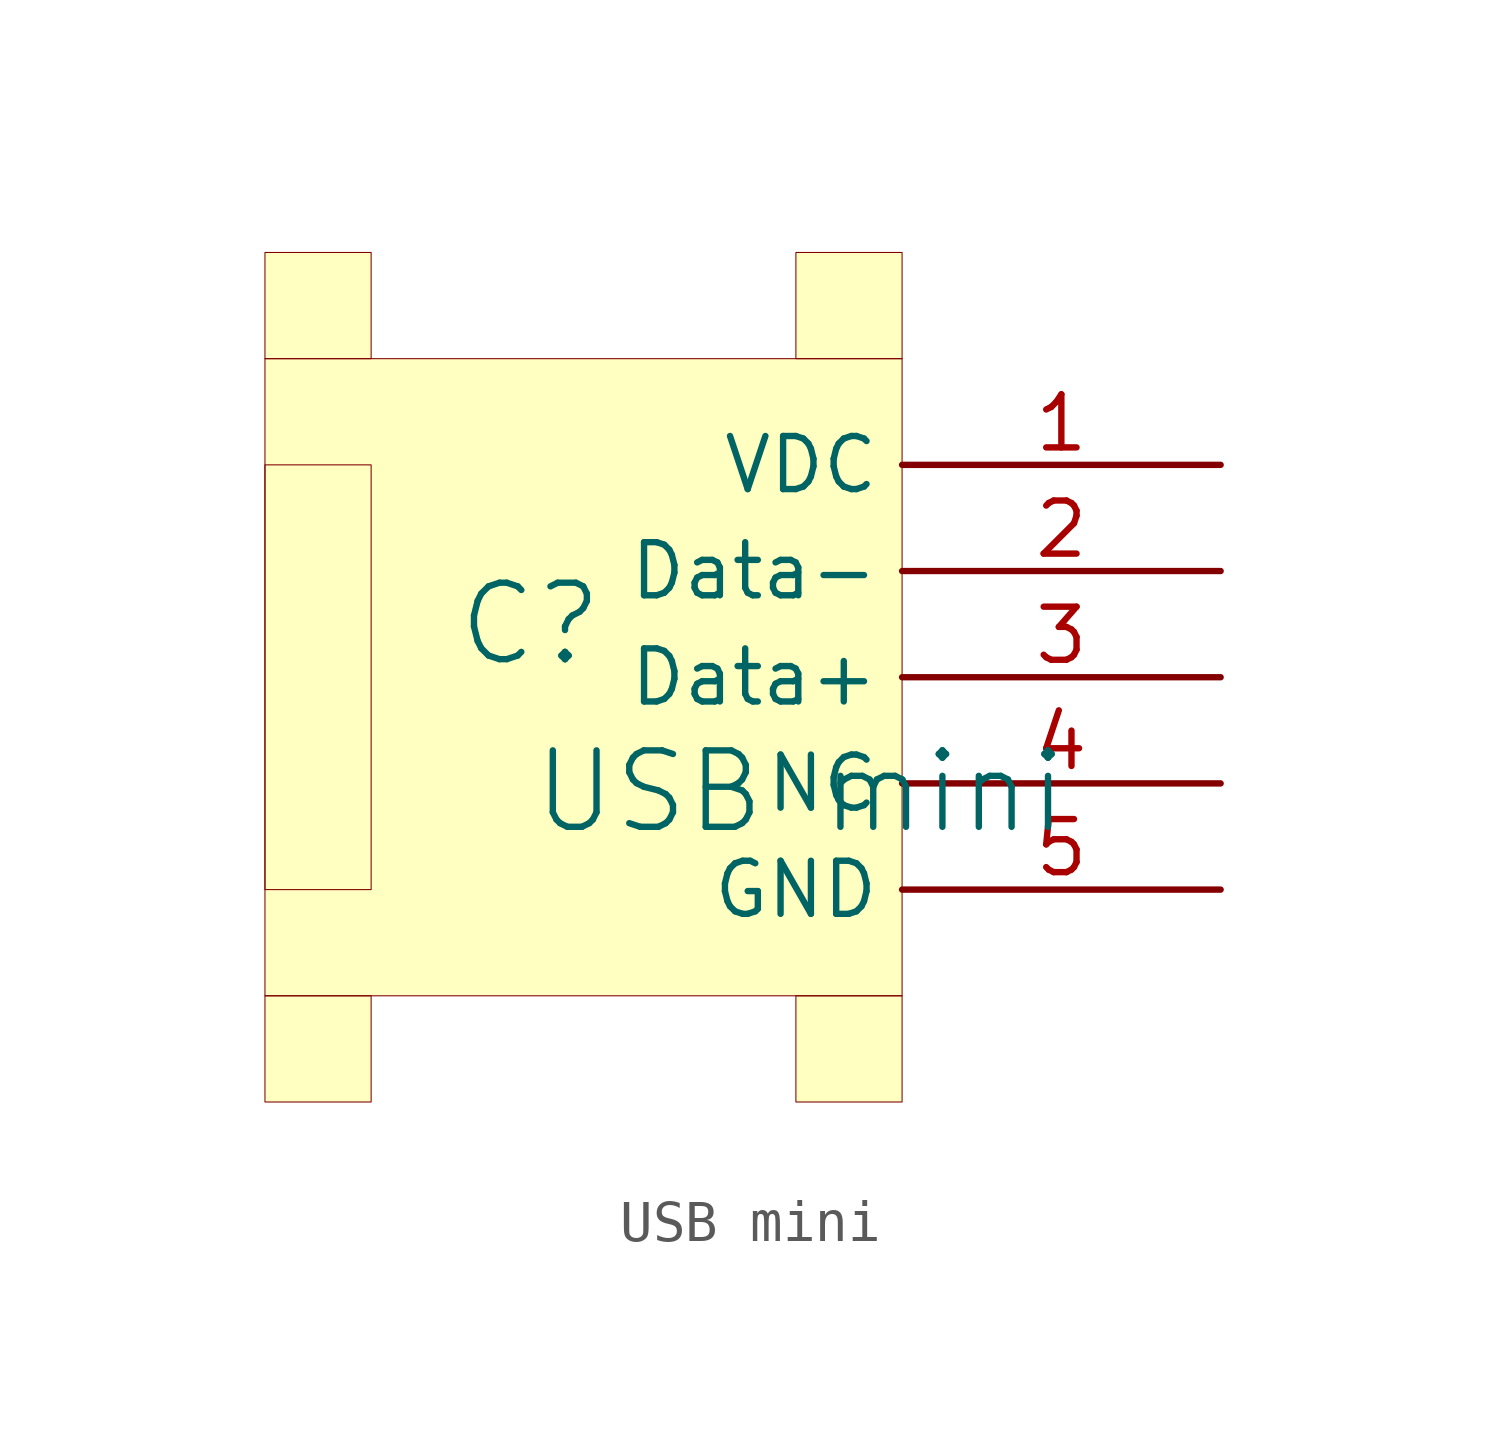
<source format=kicad_sym>
(kicad_symbol_lib
  (version 20241209)
  (generator "kicad_symbol_editor")
  (generator_version "9.0")
  (symbol "USB mini"
    (property "Reference" "C"
      (at -1.27 1.27 0)
      (effects (font (size 1.829 1.829))))
    (property "Value" "USB mini"
      (at -1.27 -3.81 0)
      (effects (font (size 1.829 1.829)) (justify left bottom)))
    (symbol "USB mini_1_0"
      (rectangle (start -5.08 10.16) (end -7.62 7.62) (stroke (width 0.025) (type solid) (color 128 0 0 1)) (fill (type background)))
      (rectangle (start -5.08 5.08) (end -7.62 -5.08) (stroke (width 0.025) (type solid) (color 128 0 0 1)) (fill (type background)))
      (rectangle (start -5.08 -7.62) (end -7.62 -10.16) (stroke (width 0.025) (type solid) (color 128 0 0 1)) (fill (type background)))
      (rectangle (start 7.62 10.16) (end 5.08 7.62) (stroke (width 0.025) (type solid) (color 128 0 0 1)) (fill (type background)))
      (rectangle (start 7.62 7.62) (end -7.62 -7.62) (stroke (width 0.025) (type solid) (color 128 0 0 1)) (fill (type background)))
      (rectangle (start 7.62 -7.62) (end 5.08 -10.16) (stroke (width 0.025) (type solid) (color 128 0 0 1)) (fill (type background)))
      (pin passive line (at 15.24 5.08 180) (length 7.62) (name "VDC" (effects (font (size 1.27 1.27)))) (number "1" (effects (font (size 1.27 1.27)))))
      (pin passive line (at 15.24 2.54 180) (length 7.62) (name "Data-" (effects (font (size 1.27 1.27)))) (number "2" (effects (font (size 1.27 1.27)))))
      (pin passive line (at 15.24 0 180) (length 7.62) (name "Data+" (effects (font (size 1.27 1.27)))) (number "3" (effects (font (size 1.27 1.27)))))
      (pin passive line (at 15.24 -2.54 180) (length 7.62) (name "NC" (effects (font (size 1.27 1.27)))) (number "4" (effects (font (size 1.27 1.27)))))
      (pin passive line (at 15.24 -5.08 180) (length 7.62) (name "GND" (effects (font (size 1.27 1.27)))) (number "5" (effects (font (size 1.27 1.27))))))))
</source>
